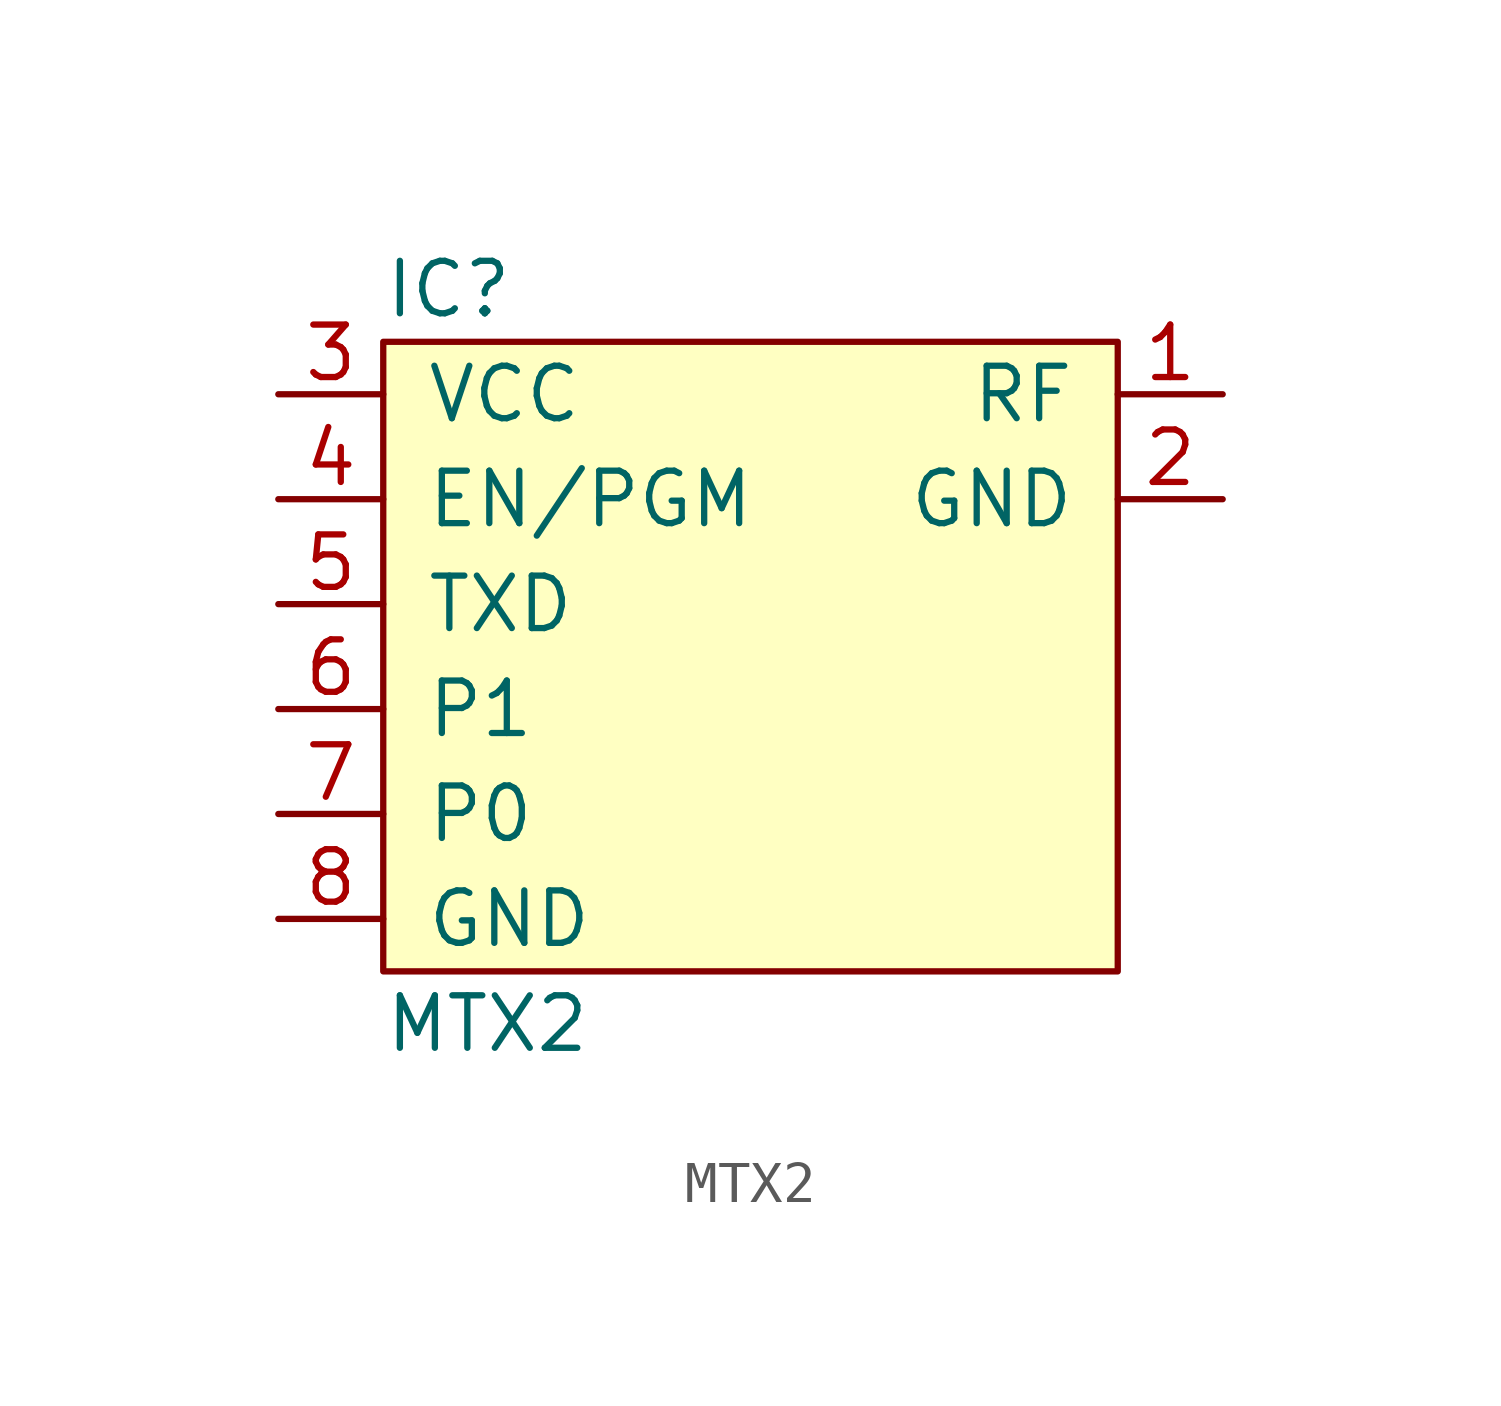
<source format=kicad_sym>
(kicad_symbol_lib
  (version 20211014)
  (generator kicad_symbol_editor)
  (symbol "MTX2"
    (pin_names
      (offset 1.016))
    (property "Reference" "IC"
      (at -7.62 7.62 0)
      (effects (font (size 1.27 1.27)) (justify left)))
    (property "Value" "MTX2"
      (at -7.62 -10.16 0)
      (effects (font (size 1.27 1.27)) (justify left)))
    (symbol "MTX2_0_1"
      (rectangle (start -7.62 6.35) (end 10.16 -8.89) (stroke (width 0) (type default) (color 0 0 0 0)) (fill (type background))))
    (symbol "MTX2_1_1"
      (pin output line (at 12.7 5.08 180) (length 2.54) (name "RF" (effects (font (size 1.27 1.27)))) (number "1" (effects (font (size 1.27 1.27)))))
      (pin power_in line (at 12.7 2.54 180) (length 2.54) (name "GND" (effects (font (size 1.27 1.27)))) (number "2" (effects (font (size 1.27 1.27)))))
      (pin power_in line (at -10.16 5.08 0) (length 2.54) (name "VCC" (effects (font (size 1.27 1.27)))) (number "3" (effects (font (size 1.27 1.27)))))
      (pin input line (at -10.16 2.54 0) (length 2.54) (name "EN/PGM" (effects (font (size 1.27 1.27)))) (number "4" (effects (font (size 1.27 1.27)))))
      (pin input line (at -10.16 0 0) (length 2.54) (name "TXD" (effects (font (size 1.27 1.27)))) (number "5" (effects (font (size 1.27 1.27)))))
      (pin input line (at -10.16 -2.54 0) (length 2.54) (name "P1" (effects (font (size 1.27 1.27)))) (number "6" (effects (font (size 1.27 1.27)))))
      (pin input line (at -10.16 -5.08 0) (length 2.54) (name "P0" (effects (font (size 1.27 1.27)))) (number "7" (effects (font (size 1.27 1.27)))))
      (pin power_in line (at -10.16 -7.62 0) (length 2.54) (name "GND" (effects (font (size 1.27 1.27)))) (number "8" (effects (font (size 1.27 1.27))))))))
</source>
